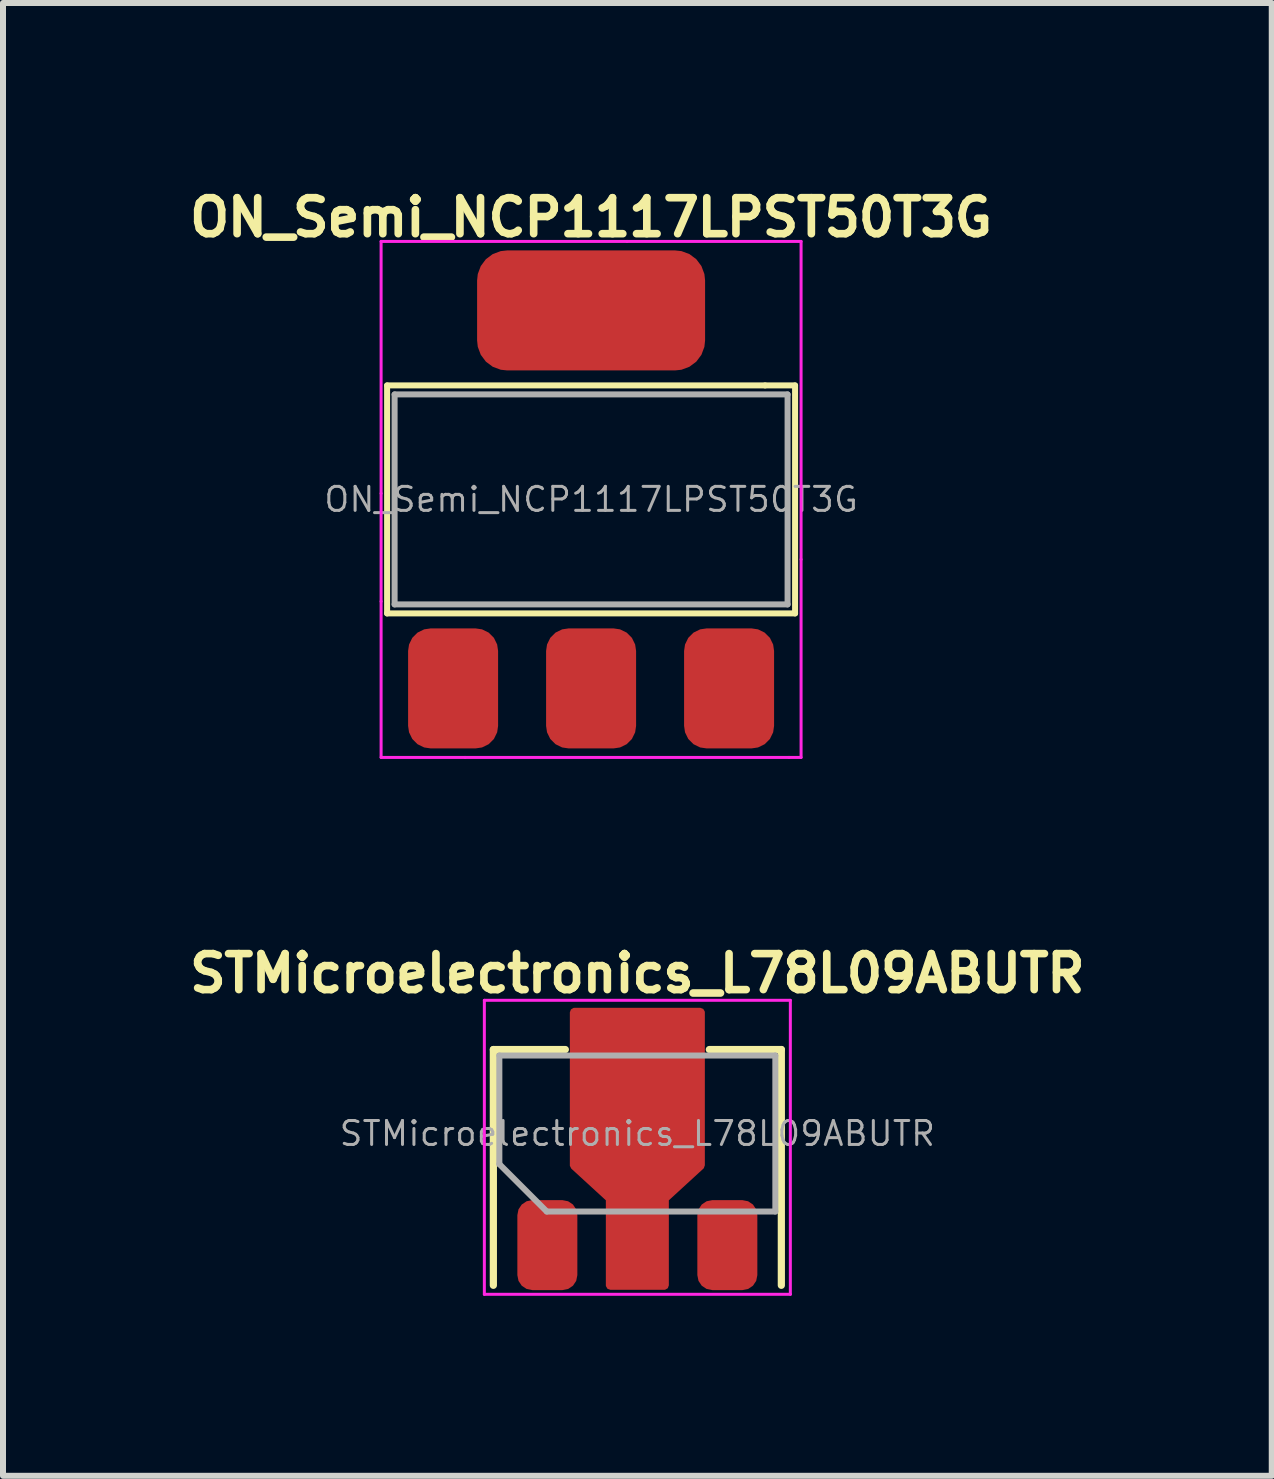
<source format=kicad_pcb>
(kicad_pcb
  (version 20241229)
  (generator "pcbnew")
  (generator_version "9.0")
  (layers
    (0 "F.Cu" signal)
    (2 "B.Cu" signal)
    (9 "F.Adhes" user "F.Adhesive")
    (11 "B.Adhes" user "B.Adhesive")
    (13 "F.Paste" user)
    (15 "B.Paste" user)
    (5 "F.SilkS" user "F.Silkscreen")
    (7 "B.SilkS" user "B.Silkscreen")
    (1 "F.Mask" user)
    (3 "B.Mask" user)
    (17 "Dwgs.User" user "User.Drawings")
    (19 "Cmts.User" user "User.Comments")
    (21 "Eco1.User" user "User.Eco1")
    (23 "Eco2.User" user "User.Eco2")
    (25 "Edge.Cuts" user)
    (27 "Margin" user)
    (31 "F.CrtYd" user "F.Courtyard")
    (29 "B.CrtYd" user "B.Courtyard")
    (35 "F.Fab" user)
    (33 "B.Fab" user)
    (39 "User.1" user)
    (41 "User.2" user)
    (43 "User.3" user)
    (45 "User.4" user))
  (footprint "STMicroelectronics_L78L09ABUTR"
    (layer "F.Cu")
    (at 7.573 16.023)
    (property "Reference" "STMicroelectronics_L78L09ABUTR" (at 0 -2.85 180) (layer "F.SilkS") (effects (font (size 0.6 0.6) (thickness 0.127))))
    (attr smd)
    (fp_line (start -2.4 -1.58) (end -1.2 -1.58) (stroke (width 0.12) (type solid)) (layer "F.SilkS"))
    (fp_line (start -2.4 2.35) (end -2.4 -1.58) (stroke (width 0.12) (type solid)) (layer "F.SilkS"))
    (fp_line (start 1.2 -1.58) (end 2.4 -1.58) (stroke (width 0.12) (type solid)) (layer "F.SilkS"))
    (fp_line (start 2.4 -1.58) (end 2.4 2.35) (stroke (width 0.12) (type solid)) (layer "F.SilkS"))
    (fp_line (start -2.55 -2.4) (end -2.55 2.5) (stroke (width 0.05) (type solid)) (layer "F.CrtYd"))
    (fp_line (start -2.55 -2.4) (end 2.55 -2.4) (stroke (width 0.05) (type solid)) (layer "F.CrtYd"))
    (fp_line (start 2.55 2.5) (end -2.55 2.5) (stroke (width 0.05) (type solid)) (layer "F.CrtYd"))
    (fp_line (start 2.55 2.5) (end 2.55 -2.4) (stroke (width 0.05) (type solid)) (layer "F.CrtYd"))
    (fp_line (start -2.3 -1.48) (end 2.3 -1.48) (stroke (width 0.1) (type solid)) (layer "F.Fab"))
    (fp_line (start -2.3 0.33) (end -2.3 -1.48) (stroke (width 0.1) (type solid)) (layer "F.Fab"))
    (fp_line (start -1.51 1.12) (end -2.3 0.33) (stroke (width 0.1) (type solid)) (layer "F.Fab"))
    (fp_line (start 2.3 -1.48) (end 2.3 1.12) (stroke (width 0.1) (type solid)) (layer "F.Fab"))
    (fp_line (start 2.3 1.12) (end -1.51 1.12) (stroke (width 0.1) (type solid)) (layer "F.Fab"))
    (fp_text user "${REFERENCE}" (at 0 -0.18 180) (layer "F.Fab") (effects (font (size 0.4 0.4) (thickness 0.05))))
    (pad "1" smd roundrect (at -1.5 1.68) (size 1 1.5) (layers "F.Cu" "F.Mask" "F.Paste") (roundrect_rratio 0.25))
    (pad "2" smd custom (at 0 -0.95) (size 2.2 3.5) (layers "F.Cu" "F.Mask" "F.Paste") (options (anchor circle)) (primitives (gr_poly (pts (xy -1.05 -1.25) (xy 1.05 -1.25) (xy 1.05 1.3) (xy 0.45 1.85) (xy 0.45 3.3) (xy -0.45 3.3) (xy -0.45 1.85) (xy -1.05 1.3)) (width 0.15) (fill yes))))
    (pad "3" smd roundrect (at 1.5 1.68) (size 1 1.5) (layers "F.Cu" "F.Mask" "F.Paste") (roundrect_rratio 0.25)))
  (footprint "ON_Semi_NCP1117LPST50T3G"
    (layer "F.Cu")
    (at 6.802 5.274)
    (property "Reference" "ON_Semi_NCP1117LPST50T3G" (at 0 -4.7 0) (layer "F.SilkS") (effects (font (size 0.6 0.6) (thickness 0.127))))
    (attr through_hole)
    (fp_line (start -3.4 -1.9) (end -3.4 1.9) (stroke (width 0.1) (type solid)) (layer "F.SilkS"))
    (fp_line (start 2.9 -1.9) (end -3.4 -1.9) (stroke (width 0.1) (type solid)) (layer "F.SilkS"))
    (fp_line (start 3.4 -1.9) (end 2.9 -1.9) (stroke (width 0.1) (type solid)) (layer "F.SilkS"))
    (fp_line (start 3.4 -1.9) (end 3.4 1.9) (stroke (width 0.1) (type solid)) (layer "F.SilkS"))
    (fp_line (start 3.4 1.9) (end -3.4 1.9) (stroke (width 0.1) (type solid)) (layer "F.SilkS"))
    (fp_line (start -3.5 -4.3) (end -3.5 -0.1) (stroke (width 0.05) (type solid)) (layer "F.CrtYd"))
    (fp_line (start -3.5 -0.1) (end -3.5 1.7) (stroke (width 0.05) (type solid)) (layer "F.CrtYd"))
    (fp_line (start -3.5 1.7) (end -3.5 4.3) (stroke (width 0.05) (type solid)) (layer "F.CrtYd"))
    (fp_line (start -3.5 4.3) (end -2.1 4.3) (stroke (width 0.05) (type solid)) (layer "F.CrtYd"))
    (fp_line (start -2.1 4.3) (end 3.3 4.3) (stroke (width 0.05) (type solid)) (layer "F.CrtYd"))
    (fp_line (start 0.6 -4.3) (end -3.5 -4.3) (stroke (width 0.05) (type solid)) (layer "F.CrtYd"))
    (fp_line (start 3.3 4.3) (end 3.5 4.3) (stroke (width 0.05) (type solid)) (layer "F.CrtYd"))
    (fp_line (start 3.5 -4.3) (end 0.6 -4.3) (stroke (width 0.05) (type solid)) (layer "F.CrtYd"))
    (fp_line (start 3.5 1) (end 3.5 -4.3) (stroke (width 0.05) (type solid)) (layer "F.CrtYd"))
    (fp_line (start 3.5 4.3) (end 3.5 1) (stroke (width 0.05) (type solid)) (layer "F.CrtYd"))
    (fp_line (start -3.275 -1.75) (end 3.275 -1.75) (stroke (width 0.1) (type solid)) (layer "F.Fab"))
    (fp_line (start -3.275 1.75) (end -3.275 -1.75) (stroke (width 0.1) (type solid)) (layer "F.Fab"))
    (fp_line (start 3.275 -1.75) (end 3.275 1.75) (stroke (width 0.1) (type solid)) (layer "F.Fab"))
    (fp_line (start 3.275 1.75) (end -3.275 1.75) (stroke (width 0.1) (type solid)) (layer "F.Fab"))
    (fp_text user "${REFERENCE}" (at 0 0 0) (layer "F.Fab") (effects (font (size 0.4 0.4) (thickness 0.05))))
    (pad "1" smd roundrect (at -2.3 3.15) (size 1.5 2) (layers "F.Cu" "F.Mask" "F.Paste") (roundrect_rratio 0.25))
    (pad "2" smd roundrect (at 0 -3.15) (size 3.8 2) (layers "F.Cu" "F.Mask" "F.Paste") (roundrect_rratio 0.25))
    (pad "2" smd roundrect (at 0 3.15) (size 1.5 2) (layers "F.Cu" "F.Mask" "F.Paste") (roundrect_rratio 0.25))
    (pad "3" smd roundrect (at 2.3 3.15) (size 1.5 2) (layers "F.Cu" "F.Mask" "F.Paste") (roundrect_rratio 0.25)))
  (gr_rect
    (start -3 -3)
    (end 18.147 21.548)
    (stroke (width 0.1) (type default))
    (fill no)
    (layer "Edge.Cuts")))
</source>
